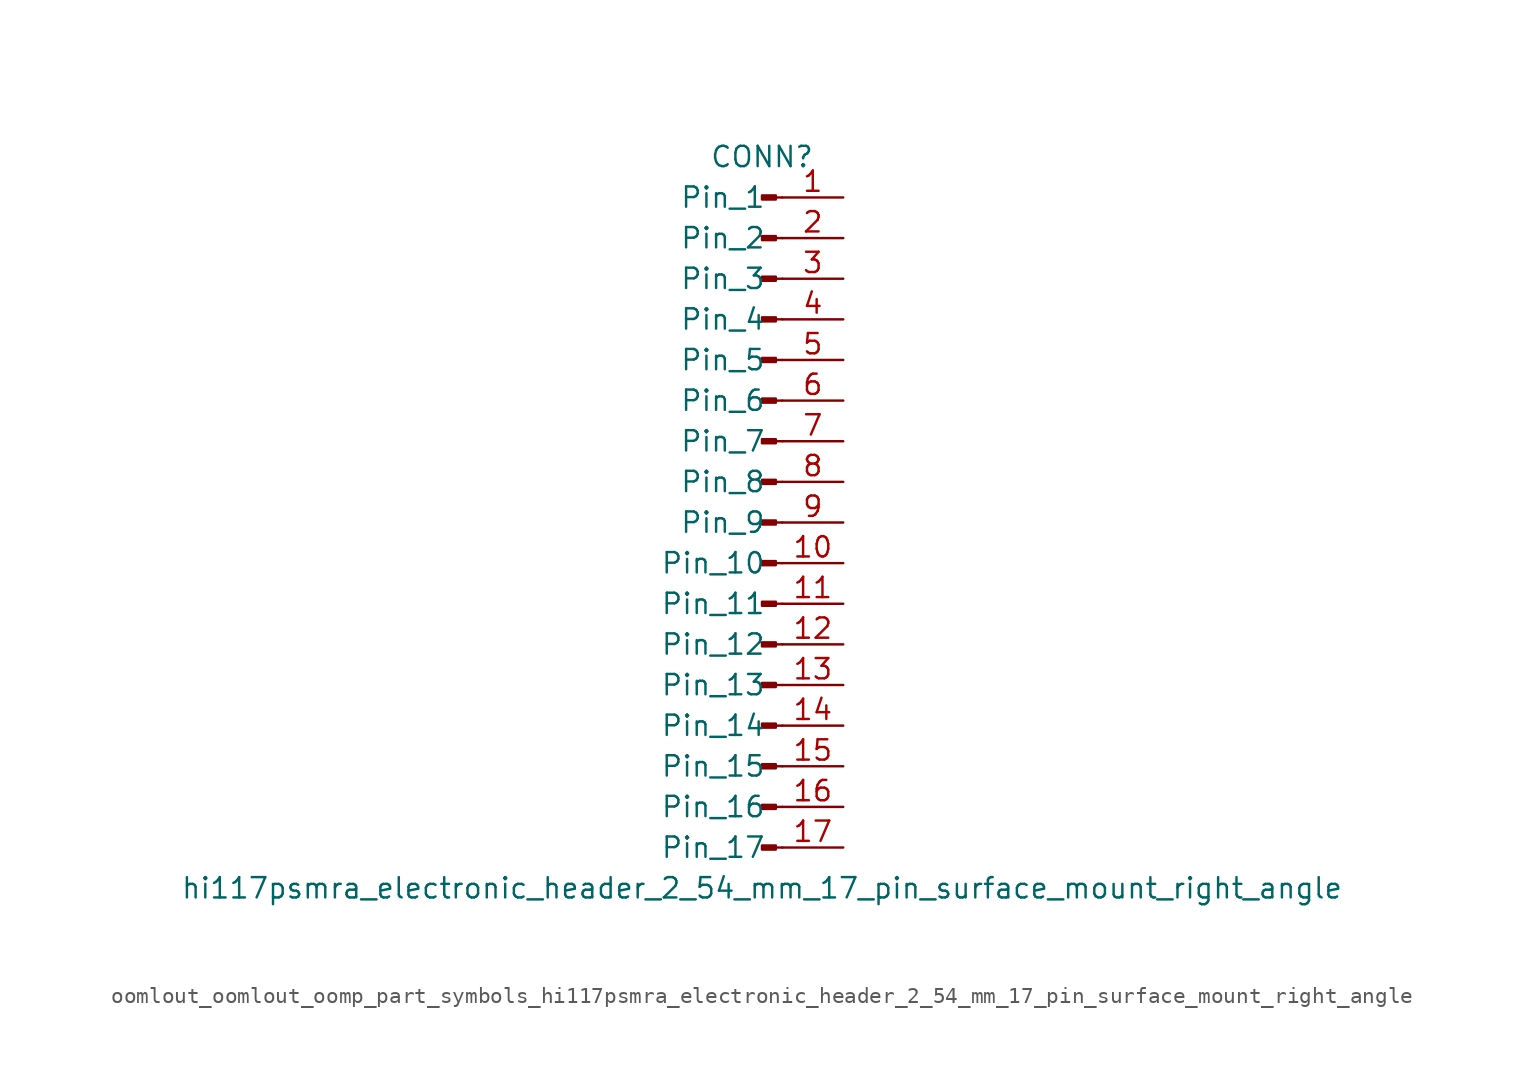
<source format=kicad_sym>
(kicad_symbol_lib
  (version 20220914)
  (generator kicad_symbol_editor)
  (symbol "oomlout_oomlout_oomp_part_symbols_hi117psmra_electronic_header_2_54_mm_17_pin_surface_mount_right_angle"
    (pin_names
      (offset 1.016))
    (property "Reference" "CONN"
      (at 0 22.86 0)
      (effects (font (size 1.27 1.27))))
    (property "Value" "hi117psmra_electronic_header_2_54_mm_17_pin_surface_mount_right_angle"
      (at 0 -22.86 0)
      (effects (font (size 1.27 1.27))))
    (property "ki_locked" ""
      (at 0 0 0)
      (effects (font (size 1.27 1.27))))
    (symbol "oomlout_oomlout_oomp_part_symbols_hi117psmra_electronic_header_2_54_mm_17_pin_surface_mount_right_angle_1_1"
      (polyline (pts (xy 1.27 -20.32) (xy 0.864 -20.32)) (stroke (width 0.152) (type default)) (fill (type none)))
      (polyline (pts (xy 1.27 -17.78) (xy 0.864 -17.78)) (stroke (width 0.152) (type default)) (fill (type none)))
      (polyline (pts (xy 1.27 -15.24) (xy 0.864 -15.24)) (stroke (width 0.152) (type default)) (fill (type none)))
      (polyline (pts (xy 1.27 -12.7) (xy 0.864 -12.7)) (stroke (width 0.152) (type default)) (fill (type none)))
      (polyline (pts (xy 1.27 -10.16) (xy 0.864 -10.16)) (stroke (width 0.152) (type default)) (fill (type none)))
      (polyline (pts (xy 1.27 -7.62) (xy 0.864 -7.62)) (stroke (width 0.152) (type default)) (fill (type none)))
      (polyline (pts (xy 1.27 -5.08) (xy 0.864 -5.08)) (stroke (width 0.152) (type default)) (fill (type none)))
      (polyline (pts (xy 1.27 -2.54) (xy 0.864 -2.54)) (stroke (width 0.152) (type default)) (fill (type none)))
      (polyline (pts (xy 1.27 0) (xy 0.864 0)) (stroke (width 0.152) (type default)) (fill (type none)))
      (polyline (pts (xy 1.27 2.54) (xy 0.864 2.54)) (stroke (width 0.152) (type default)) (fill (type none)))
      (polyline (pts (xy 1.27 5.08) (xy 0.864 5.08)) (stroke (width 0.152) (type default)) (fill (type none)))
      (polyline (pts (xy 1.27 7.62) (xy 0.864 7.62)) (stroke (width 0.152) (type default)) (fill (type none)))
      (polyline (pts (xy 1.27 10.16) (xy 0.864 10.16)) (stroke (width 0.152) (type default)) (fill (type none)))
      (polyline (pts (xy 1.27 12.7) (xy 0.864 12.7)) (stroke (width 0.152) (type default)) (fill (type none)))
      (polyline (pts (xy 1.27 15.24) (xy 0.864 15.24)) (stroke (width 0.152) (type default)) (fill (type none)))
      (polyline (pts (xy 1.27 17.78) (xy 0.864 17.78)) (stroke (width 0.152) (type default)) (fill (type none)))
      (polyline (pts (xy 1.27 20.32) (xy 0.864 20.32)) (stroke (width 0.152) (type default)) (fill (type none)))
      (rectangle (start 0.864 -20.193) (end 0 -20.447) (stroke (width 0.152) (type default)) (fill (type outline)))
      (rectangle (start 0.864 -17.653) (end 0 -17.907) (stroke (width 0.152) (type default)) (fill (type outline)))
      (rectangle (start 0.864 -15.113) (end 0 -15.367) (stroke (width 0.152) (type default)) (fill (type outline)))
      (rectangle (start 0.864 -12.573) (end 0 -12.827) (stroke (width 0.152) (type default)) (fill (type outline)))
      (rectangle (start 0.864 -10.033) (end 0 -10.287) (stroke (width 0.152) (type default)) (fill (type outline)))
      (rectangle (start 0.864 -7.493) (end 0 -7.747) (stroke (width 0.152) (type default)) (fill (type outline)))
      (rectangle (start 0.864 -4.953) (end 0 -5.207) (stroke (width 0.152) (type default)) (fill (type outline)))
      (rectangle (start 0.864 -2.413) (end 0 -2.667) (stroke (width 0.152) (type default)) (fill (type outline)))
      (rectangle (start 0.864 0.127) (end 0 -0.127) (stroke (width 0.152) (type default)) (fill (type outline)))
      (rectangle (start 0.864 2.667) (end 0 2.413) (stroke (width 0.152) (type default)) (fill (type outline)))
      (rectangle (start 0.864 5.207) (end 0 4.953) (stroke (width 0.152) (type default)) (fill (type outline)))
      (rectangle (start 0.864 7.747) (end 0 7.493) (stroke (width 0.152) (type default)) (fill (type outline)))
      (rectangle (start 0.864 10.287) (end 0 10.033) (stroke (width 0.152) (type default)) (fill (type outline)))
      (rectangle (start 0.864 12.827) (end 0 12.573) (stroke (width 0.152) (type default)) (fill (type outline)))
      (rectangle (start 0.864 15.367) (end 0 15.113) (stroke (width 0.152) (type default)) (fill (type outline)))
      (rectangle (start 0.864 17.907) (end 0 17.653) (stroke (width 0.152) (type default)) (fill (type outline)))
      (rectangle (start 0.864 20.447) (end 0 20.193) (stroke (width 0.152) (type default)) (fill (type outline)))
      (pin passive line (at 5.08 20.32 180) (length 3.81) (name "Pin_1" (effects (font (size 1.27 1.27)))) (number "1" (effects (font (size 1.27 1.27)))))
      (pin passive line (at 5.08 -2.54 180) (length 3.81) (name "Pin_10" (effects (font (size 1.27 1.27)))) (number "10" (effects (font (size 1.27 1.27)))))
      (pin passive line (at 5.08 -5.08 180) (length 3.81) (name "Pin_11" (effects (font (size 1.27 1.27)))) (number "11" (effects (font (size 1.27 1.27)))))
      (pin passive line (at 5.08 -7.62 180) (length 3.81) (name "Pin_12" (effects (font (size 1.27 1.27)))) (number "12" (effects (font (size 1.27 1.27)))))
      (pin passive line (at 5.08 -10.16 180) (length 3.81) (name "Pin_13" (effects (font (size 1.27 1.27)))) (number "13" (effects (font (size 1.27 1.27)))))
      (pin passive line (at 5.08 -12.7 180) (length 3.81) (name "Pin_14" (effects (font (size 1.27 1.27)))) (number "14" (effects (font (size 1.27 1.27)))))
      (pin passive line (at 5.08 -15.24 180) (length 3.81) (name "Pin_15" (effects (font (size 1.27 1.27)))) (number "15" (effects (font (size 1.27 1.27)))))
      (pin passive line (at 5.08 -17.78 180) (length 3.81) (name "Pin_16" (effects (font (size 1.27 1.27)))) (number "16" (effects (font (size 1.27 1.27)))))
      (pin passive line (at 5.08 -20.32 180) (length 3.81) (name "Pin_17" (effects (font (size 1.27 1.27)))) (number "17" (effects (font (size 1.27 1.27)))))
      (pin passive line (at 5.08 17.78 180) (length 3.81) (name "Pin_2" (effects (font (size 1.27 1.27)))) (number "2" (effects (font (size 1.27 1.27)))))
      (pin passive line (at 5.08 15.24 180) (length 3.81) (name "Pin_3" (effects (font (size 1.27 1.27)))) (number "3" (effects (font (size 1.27 1.27)))))
      (pin passive line (at 5.08 12.7 180) (length 3.81) (name "Pin_4" (effects (font (size 1.27 1.27)))) (number "4" (effects (font (size 1.27 1.27)))))
      (pin passive line (at 5.08 10.16 180) (length 3.81) (name "Pin_5" (effects (font (size 1.27 1.27)))) (number "5" (effects (font (size 1.27 1.27)))))
      (pin passive line (at 5.08 7.62 180) (length 3.81) (name "Pin_6" (effects (font (size 1.27 1.27)))) (number "6" (effects (font (size 1.27 1.27)))))
      (pin passive line (at 5.08 5.08 180) (length 3.81) (name "Pin_7" (effects (font (size 1.27 1.27)))) (number "7" (effects (font (size 1.27 1.27)))))
      (pin passive line (at 5.08 2.54 180) (length 3.81) (name "Pin_8" (effects (font (size 1.27 1.27)))) (number "8" (effects (font (size 1.27 1.27)))))
      (pin passive line (at 5.08 0 180) (length 3.81) (name "Pin_9" (effects (font (size 1.27 1.27)))) (number "9" (effects (font (size 1.27 1.27))))))))
</source>
